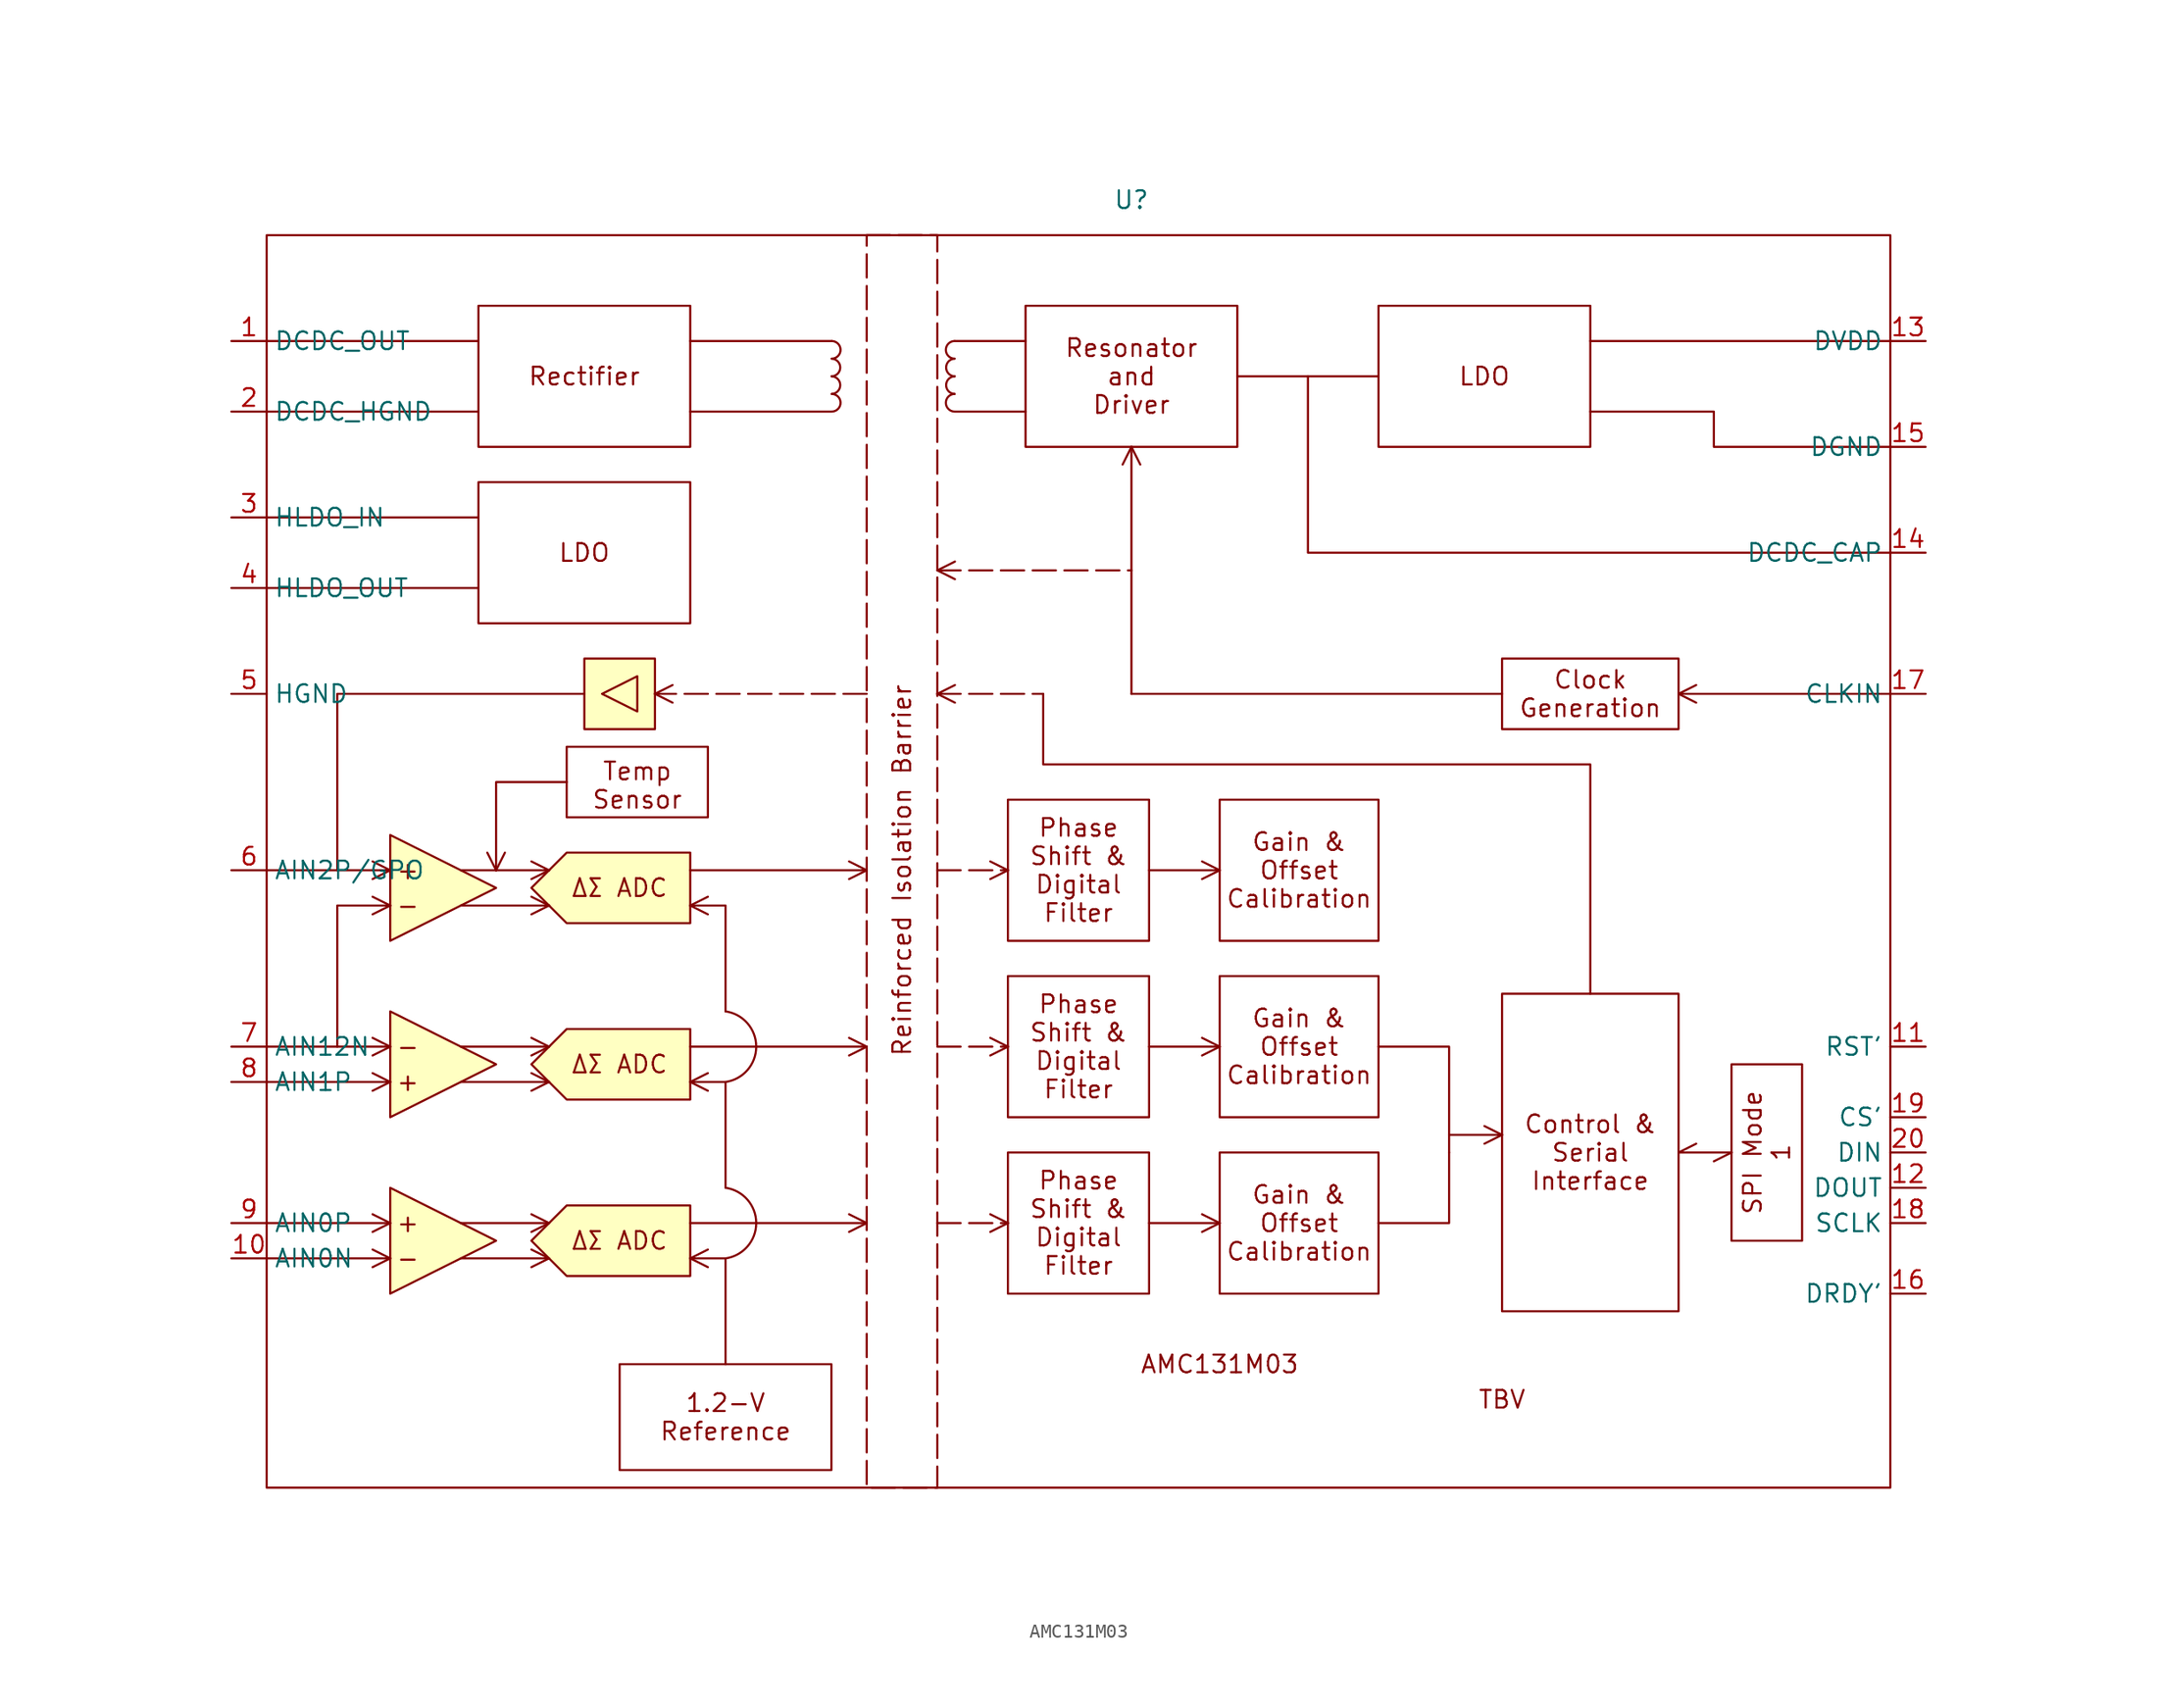
<source format=kicad_sym>
(kicad_symbol_lib
  (version 20220914)
  (generator kicad_symbol_editor)
  (symbol "AMC131M03"
    (property "Reference" "U"
      (at 34.29 63.5 0)
      (effects (font (size 1.27 1.27))))
    (property "Value" ""
      (at 86.36 -5.08 0)
      (effects (font (size 1.27 1.27))))
    (symbol "AMC131M03_1_1"
      (rectangle (start -27.94 60.96) (end 88.9 -29.21) (stroke (width 0) (type default)) (fill (type none)))
      (rectangle (start -5.08 30.48) (end 0 25.4) (stroke (width 0) (type default)) (fill (type background)))
      (polyline (pts (xy -27.94 -12.7) (xy -19.05 -12.7)) (stroke (width 0) (type default)) (fill (type none)))
      (polyline (pts (xy -27.94 -10.16) (xy -19.05 -10.16)) (stroke (width 0) (type default)) (fill (type none)))
      (polyline (pts (xy -27.94 0) (xy -19.05 0)) (stroke (width 0) (type default)) (fill (type none)))
      (polyline (pts (xy -27.94 2.54) (xy -19.05 2.54)) (stroke (width 0) (type default)) (fill (type none)))
      (polyline (pts (xy -27.94 15.24) (xy -19.05 15.24)) (stroke (width 0) (type default)) (fill (type none)))
      (polyline (pts (xy -27.94 35.56) (xy -12.7 35.56)) (stroke (width 0) (type default)) (fill (type color) (color 0 0 0 0)))
      (polyline (pts (xy -27.94 40.64) (xy -12.7 40.64)) (stroke (width 0) (type default)) (fill (type color) (color 0 0 0 0)))
      (polyline (pts (xy -27.94 48.26) (xy -12.7 48.26)) (stroke (width 0) (type default)) (fill (type color) (color 0 0 0 0)))
      (polyline (pts (xy -27.94 53.34) (xy -12.7 53.34)) (stroke (width 0) (type default)) (fill (type color) (color 0 0 0 0)))
      (polyline (pts (xy -19.05 -12.7) (xy -20.32 -13.335)) (stroke (width 0) (type default)) (fill (type color) (color 0 0 0 0)))
      (polyline (pts (xy -19.05 -12.7) (xy -20.32 -12.065)) (stroke (width 0) (type default)) (fill (type color) (color 0 0 0 0)))
      (polyline (pts (xy -19.05 -10.16) (xy -20.32 -10.795)) (stroke (width 0) (type default)) (fill (type color) (color 0 0 0 0)))
      (polyline (pts (xy -19.05 -10.16) (xy -20.32 -9.525)) (stroke (width 0) (type default)) (fill (type color) (color 0 0 0 0)))
      (polyline (pts (xy -19.05 0) (xy -20.32 -0.635)) (stroke (width 0) (type default)) (fill (type color) (color 0 0 0 0)))
      (polyline (pts (xy -19.05 0) (xy -20.32 0.635)) (stroke (width 0) (type default)) (fill (type color) (color 0 0 0 0)))
      (polyline (pts (xy -19.05 2.54) (xy -20.32 1.905)) (stroke (width 0) (type default)) (fill (type color) (color 0 0 0 0)))
      (polyline (pts (xy -19.05 2.54) (xy -20.32 3.175)) (stroke (width 0) (type default)) (fill (type color) (color 0 0 0 0)))
      (polyline (pts (xy -19.05 12.7) (xy -20.32 12.065)) (stroke (width 0) (type default)) (fill (type color) (color 0 0 0 0)))
      (polyline (pts (xy -19.05 12.7) (xy -20.32 13.335)) (stroke (width 0) (type default)) (fill (type color) (color 0 0 0 0)))
      (polyline (pts (xy -19.05 15.24) (xy -20.32 14.605)) (stroke (width 0) (type default)) (fill (type color) (color 0 0 0 0)))
      (polyline (pts (xy -19.05 15.24) (xy -20.32 15.875)) (stroke (width 0) (type default)) (fill (type color) (color 0 0 0 0)))
      (polyline (pts (xy -13.97 -12.7) (xy -7.62 -12.7)) (stroke (width 0) (type default)) (fill (type none)))
      (polyline (pts (xy -13.97 -10.16) (xy -7.62 -10.16)) (stroke (width 0) (type default)) (fill (type none)))
      (polyline (pts (xy -13.97 0) (xy -7.62 0)) (stroke (width 0) (type default)) (fill (type none)))
      (polyline (pts (xy -13.97 2.54) (xy -7.62 2.54)) (stroke (width 0) (type default)) (fill (type none)))
      (polyline (pts (xy -13.97 12.7) (xy -7.62 12.7)) (stroke (width 0) (type default)) (fill (type none)))
      (polyline (pts (xy -13.97 15.24) (xy -7.62 15.24)) (stroke (width 0) (type default)) (fill (type none)))
      (polyline (pts (xy -11.43 15.24) (xy -12.065 16.51)) (stroke (width 0) (type default)) (fill (type color) (color 0 0 0 0)))
      (polyline (pts (xy -11.43 15.24) (xy -10.795 16.51)) (stroke (width 0) (type default)) (fill (type color) (color 0 0 0 0)))
      (polyline (pts (xy -7.62 -12.7) (xy -8.89 -13.335)) (stroke (width 0) (type default)) (fill (type color) (color 0 0 0 0)))
      (polyline (pts (xy -7.62 -12.7) (xy -8.89 -12.065)) (stroke (width 0) (type default)) (fill (type color) (color 0 0 0 0)))
      (polyline (pts (xy -7.62 -10.16) (xy -8.89 -10.795)) (stroke (width 0) (type default)) (fill (type color) (color 0 0 0 0)))
      (polyline (pts (xy -7.62 -10.16) (xy -8.89 -9.525)) (stroke (width 0) (type default)) (fill (type color) (color 0 0 0 0)))
      (polyline (pts (xy -7.62 0) (xy -8.89 -0.635)) (stroke (width 0) (type default)) (fill (type color) (color 0 0 0 0)))
      (polyline (pts (xy -7.62 0) (xy -8.89 0.635)) (stroke (width 0) (type default)) (fill (type color) (color 0 0 0 0)))
      (polyline (pts (xy -7.62 2.54) (xy -8.89 1.905)) (stroke (width 0) (type default)) (fill (type color) (color 0 0 0 0)))
      (polyline (pts (xy -7.62 2.54) (xy -8.89 3.175)) (stroke (width 0) (type default)) (fill (type color) (color 0 0 0 0)))
      (polyline (pts (xy -7.62 12.7) (xy -8.89 12.065)) (stroke (width 0) (type default)) (fill (type color) (color 0 0 0 0)))
      (polyline (pts (xy -7.62 12.7) (xy -8.89 13.335)) (stroke (width 0) (type default)) (fill (type color) (color 0 0 0 0)))
      (polyline (pts (xy -7.62 15.24) (xy -8.89 14.605)) (stroke (width 0) (type default)) (fill (type color) (color 0 0 0 0)))
      (polyline (pts (xy -7.62 15.24) (xy -8.89 15.875)) (stroke (width 0) (type default)) (fill (type color) (color 0 0 0 0)))
      (polyline (pts (xy 0 27.94) (xy 1.27 27.305)) (stroke (width 0) (type default)) (fill (type color) (color 0 0 0 0)))
      (polyline (pts (xy 0 27.94) (xy 1.27 28.575)) (stroke (width 0) (type default)) (fill (type color) (color 0 0 0 0)))
      (polyline (pts (xy 2.54 -12.7) (xy 3.81 -13.335)) (stroke (width 0) (type default)) (fill (type color) (color 0 0 0 0)))
      (polyline (pts (xy 2.54 -12.7) (xy 3.81 -12.065)) (stroke (width 0) (type default)) (fill (type color) (color 0 0 0 0)))
      (polyline (pts (xy 2.54 -10.16) (xy 15.24 -10.16)) (stroke (width 0) (type default)) (fill (type color) (color 0 0 0 0)))
      (polyline (pts (xy 2.54 0) (xy 3.81 -0.635)) (stroke (width 0) (type default)) (fill (type color) (color 0 0 0 0)))
      (polyline (pts (xy 2.54 0) (xy 3.81 0.635)) (stroke (width 0) (type default)) (fill (type color) (color 0 0 0 0)))
      (polyline (pts (xy 2.54 2.54) (xy 15.24 2.54)) (stroke (width 0) (type default)) (fill (type color) (color 0 0 0 0)))
      (polyline (pts (xy 2.54 12.7) (xy 3.81 12.065)) (stroke (width 0) (type default)) (fill (type color) (color 0 0 0 0)))
      (polyline (pts (xy 2.54 12.7) (xy 3.81 13.335)) (stroke (width 0) (type default)) (fill (type color) (color 0 0 0 0)))
      (polyline (pts (xy 2.54 15.24) (xy 15.24 15.24)) (stroke (width 0) (type default)) (fill (type color) (color 0 0 0 0)))
      (polyline (pts (xy 2.54 48.26) (xy 12.7 48.26)) (stroke (width 0) (type default)) (fill (type color) (color 0 0 0 0)))
      (polyline (pts (xy 2.54 53.34) (xy 12.7 53.34)) (stroke (width 0) (type default)) (fill (type color) (color 0 0 0 0)))
      (polyline (pts (xy 15.24 -10.16) (xy 13.97 -10.795)) (stroke (width 0) (type default)) (fill (type color) (color 0 0 0 0)))
      (polyline (pts (xy 15.24 -10.16) (xy 13.97 -9.525)) (stroke (width 0) (type default)) (fill (type color) (color 0 0 0 0)))
      (polyline (pts (xy 15.24 2.54) (xy 13.97 1.905)) (stroke (width 0) (type default)) (fill (type color) (color 0 0 0 0)))
      (polyline (pts (xy 15.24 2.54) (xy 13.97 3.175)) (stroke (width 0) (type default)) (fill (type color) (color 0 0 0 0)))
      (polyline (pts (xy 15.24 15.24) (xy 13.97 14.605)) (stroke (width 0) (type default)) (fill (type color) (color 0 0 0 0)))
      (polyline (pts (xy 15.24 15.24) (xy 13.97 15.875)) (stroke (width 0) (type default)) (fill (type color) (color 0 0 0 0)))
      (polyline (pts (xy 20.32 -10.16) (xy 25.4 -10.16)) (stroke (width 0) (type default)) (fill (type color) (color 0 0 0 0)))
      (polyline (pts (xy 20.32 2.54) (xy 25.4 2.54)) (stroke (width 0) (type default)) (fill (type color) (color 0 0 0 0)))
      (polyline (pts (xy 20.32 15.24) (xy 25.4 15.24)) (stroke (width 0) (type default)) (fill (type color) (color 0 0 0 0)))
      (polyline (pts (xy 20.32 27.94) (xy 21.59 27.305)) (stroke (width 0) (type default)) (fill (type color) (color 0 0 0 0)))
      (polyline (pts (xy 20.32 27.94) (xy 21.59 28.575)) (stroke (width 0) (type default)) (fill (type color) (color 0 0 0 0)))
      (polyline (pts (xy 20.32 27.94) (xy 27.94 27.94)) (stroke (width 0) (type default)) (fill (type color) (color 0 0 0 0)))
      (polyline (pts (xy 20.32 36.83) (xy 21.59 36.195)) (stroke (width 0) (type default)) (fill (type color) (color 0 0 0 0)))
      (polyline (pts (xy 20.32 36.83) (xy 21.59 37.465)) (stroke (width 0) (type default)) (fill (type color) (color 0 0 0 0)))
      (polyline (pts (xy 20.32 36.83) (xy 34.29 36.83)) (stroke (width 0) (type default)) (fill (type color) (color 0 0 0 0)))
      (polyline (pts (xy 25.4 -10.16) (xy 24.13 -10.795)) (stroke (width 0) (type default)) (fill (type color) (color 0 0 0 0)))
      (polyline (pts (xy 25.4 -10.16) (xy 24.13 -9.525)) (stroke (width 0) (type default)) (fill (type color) (color 0 0 0 0)))
      (polyline (pts (xy 25.4 2.54) (xy 24.13 1.905)) (stroke (width 0) (type default)) (fill (type color) (color 0 0 0 0)))
      (polyline (pts (xy 25.4 2.54) (xy 24.13 3.175)) (stroke (width 0) (type default)) (fill (type color) (color 0 0 0 0)))
      (polyline (pts (xy 25.4 15.24) (xy 24.13 14.605)) (stroke (width 0) (type default)) (fill (type color) (color 0 0 0 0)))
      (polyline (pts (xy 25.4 15.24) (xy 24.13 15.875)) (stroke (width 0) (type default)) (fill (type color) (color 0 0 0 0)))
      (polyline (pts (xy 26.67 48.26) (xy 21.59 48.26)) (stroke (width 0) (type default)) (fill (type color) (color 0 0 0 0)))
      (polyline (pts (xy 26.67 53.34) (xy 21.59 53.34)) (stroke (width 0) (type default)) (fill (type color) (color 0 0 0 0)))
      (polyline (pts (xy 34.29 45.72) (xy 33.655 44.45)) (stroke (width 0) (type default)) (fill (type color) (color 0 0 0 0)))
      (polyline (pts (xy 34.29 45.72) (xy 34.29 27.94)) (stroke (width 0) (type default)) (fill (type color) (color 0 0 0 0)))
      (polyline (pts (xy 34.29 45.72) (xy 34.925 44.45)) (stroke (width 0) (type default)) (fill (type color) (color 0 0 0 0)))
      (polyline (pts (xy 35.56 -10.16) (xy 40.64 -10.16)) (stroke (width 0) (type default)) (fill (type color) (color 0 0 0 0)))
      (polyline (pts (xy 35.56 2.54) (xy 40.64 2.54)) (stroke (width 0) (type default)) (fill (type color) (color 0 0 0 0)))
      (polyline (pts (xy 35.56 15.24) (xy 40.64 15.24)) (stroke (width 0) (type default)) (fill (type color) (color 0 0 0 0)))
      (polyline (pts (xy 40.64 -10.16) (xy 39.37 -10.795)) (stroke (width 0) (type default)) (fill (type color) (color 0 0 0 0)))
      (polyline (pts (xy 40.64 -10.16) (xy 39.37 -9.525)) (stroke (width 0) (type default)) (fill (type color) (color 0 0 0 0)))
      (polyline (pts (xy 40.64 2.54) (xy 39.37 1.905)) (stroke (width 0) (type default)) (fill (type color) (color 0 0 0 0)))
      (polyline (pts (xy 40.64 2.54) (xy 39.37 3.175)) (stroke (width 0) (type default)) (fill (type color) (color 0 0 0 0)))
      (polyline (pts (xy 40.64 15.24) (xy 39.37 14.605)) (stroke (width 0) (type default)) (fill (type color) (color 0 0 0 0)))
      (polyline (pts (xy 40.64 15.24) (xy 39.37 15.875)) (stroke (width 0) (type default)) (fill (type color) (color 0 0 0 0)))
      (polyline (pts (xy 41.91 50.8) (xy 52.07 50.8)) (stroke (width 0) (type default)) (fill (type color) (color 0 0 0 0)))
      (polyline (pts (xy 57.15 -3.81) (xy 60.96 -3.81)) (stroke (width 0) (type default)) (fill (type color) (color 0 0 0 0)))
      (polyline (pts (xy 60.96 -3.81) (xy 59.69 -4.445)) (stroke (width 0) (type default)) (fill (type color) (color 0 0 0 0)))
      (polyline (pts (xy 60.96 -3.81) (xy 59.69 -3.175)) (stroke (width 0) (type default)) (fill (type color) (color 0 0 0 0)))
      (polyline (pts (xy 60.96 27.94) (xy 34.29 27.94)) (stroke (width 0) (type default)) (fill (type color) (color 0 0 0 0)))
      (polyline (pts (xy 73.66 -5.08) (xy 74.93 -4.445)) (stroke (width 0) (type default)) (fill (type color) (color 0 0 0 0)))
      (polyline (pts (xy 73.66 27.94) (xy 74.93 27.305)) (stroke (width 0) (type default)) (fill (type color) (color 0 0 0 0)))
      (polyline (pts (xy 73.66 27.94) (xy 74.93 28.575)) (stroke (width 0) (type default)) (fill (type color) (color 0 0 0 0)))
      (polyline (pts (xy 73.66 27.94) (xy 88.9 27.94)) (stroke (width 0) (type default)) (fill (type color) (color 0 0 0 0)))
      (polyline (pts (xy 77.47 -5.08) (xy 73.66 -5.08)) (stroke (width 0) (type default)) (fill (type color) (color 0 0 0 0)))
      (polyline (pts (xy 77.47 -5.08) (xy 76.2 -5.715)) (stroke (width 0) (type default)) (fill (type color) (color 0 0 0 0)))
      (polyline (pts (xy -22.86 15.24) (xy -22.86 27.94) (xy -5.08 27.94)) (stroke (width 0) (type default)) (fill (type none)))
      (polyline (pts (xy -19.05 12.7) (xy -22.86 12.7) (xy -22.86 2.54)) (stroke (width 0) (type default)) (fill (type none)))
      (polyline (pts (xy -6.35 21.59) (xy -11.43 21.59) (xy -11.43 15.24)) (stroke (width 0) (type default)) (fill (type none)))
      (polyline (pts (xy 5.08 -20.32) (xy 5.08 -12.7) (xy 2.54 -12.7)) (stroke (width 0) (type default)) (fill (type color) (color 0 0 0 0)))
      (polyline (pts (xy 5.08 -7.62) (xy 5.08 0) (xy 2.54 0)) (stroke (width 0) (type default)) (fill (type color) (color 0 0 0 0)))
      (polyline (pts (xy 5.08 5.08) (xy 5.08 12.7) (xy 2.54 12.7)) (stroke (width 0) (type default)) (fill (type color) (color 0 0 0 0)))
      (polyline (pts (xy 57.15 -5.08) (xy 57.15 -10.16) (xy 52.07 -10.16)) (stroke (width 0) (type default)) (fill (type none)))
      (polyline (pts (xy 57.15 -5.08) (xy 57.15 2.54) (xy 52.07 2.54)) (stroke (width 0) (type default)) (fill (type none)))
      (polyline (pts (xy 88.9 38.1) (xy 46.99 38.1) (xy 46.99 50.8)) (stroke (width 0) (type default)) (fill (type none)))
      (polyline (pts (xy -19.05 -15.24) (xy -11.43 -11.43) (xy -19.05 -7.62) (xy -19.05 -15.24)) (stroke (width 0) (type default)) (fill (type background)))
      (polyline (pts (xy -19.05 5.08) (xy -11.43 1.27) (xy -19.05 -2.54) (xy -19.05 5.08)) (stroke (width 0) (type default)) (fill (type background)))
      (polyline (pts (xy -19.05 10.16) (xy -11.43 13.97) (xy -19.05 17.78) (xy -19.05 10.16)) (stroke (width 0) (type default)) (fill (type background)))
      (polyline (pts (xy -1.27 29.21) (xy -1.27 26.67) (xy -3.81 27.94) (xy -1.27 29.21)) (stroke (width 0) (type default)) (fill (type none)))
      (polyline (pts (xy 15.24 27.94) (xy 7.62 27.94) (xy 7.62 27.94) (xy 0 27.94)) (stroke (width 0) (type default)) (fill (type color) (color 0 0 0 0)))
      (polyline (pts (xy 67.31 6.35) (xy 67.31 22.86) (xy 27.94 22.86) (xy 27.94 27.94)) (stroke (width 0) (type default)) (fill (type none)))
      (polyline (pts (xy 88.9 53.34) (xy 83.82 53.34) (xy 82.55 53.34) (xy 67.31 53.34)) (stroke (width 0) (type default)) (fill (type color) (color 0 0 0 0)))
      (polyline (pts (xy 88.9 45.72) (xy 76.2 45.72) (xy 76.2 48.26) (xy 76.2 48.26) (xy 67.31 48.26)) (stroke (width 0) (type default)) (fill (type color) (color 0 0 0 0)))
      (polyline (pts (xy -8.89 -11.43) (xy -6.35 -8.89) (xy 2.54 -8.89) (xy 2.54 -13.97) (xy -6.35 -13.97) (xy -8.89 -11.43)) (stroke (width 0) (type default)) (fill (type background)))
      (polyline (pts (xy -8.89 1.27) (xy -6.35 3.81) (xy 2.54 3.81) (xy 2.54 -1.27) (xy -6.35 -1.27) (xy -8.89 1.27)) (stroke (width 0) (type default)) (fill (type background)))
      (polyline (pts (xy -8.89 13.97) (xy -6.35 16.51) (xy 2.54 16.51) (xy 2.54 11.43) (xy -6.35 11.43) (xy -8.89 13.97)) (stroke (width 0) (type default)) (fill (type background)))
      (arc (start 5.08 -12.7) (mid 7.2871 -10.16) (end 5.08 -7.62) (stroke (width 0) (type default)) (fill (type none)))
      (arc (start 5.08 0) (mid 7.2871 2.54) (end 5.08 5.08) (stroke (width 0) (type default)) (fill (type none)))
      (arc (start 12.7195 49.53) (mid 13.3358 50.165) (end 12.7195 50.8) (stroke (width 0) (type default)) (fill (type color) (color 0 0 0 0)))
      (arc (start 12.7195 50.8) (mid 13.3353 51.435) (end 12.7195 52.07) (stroke (width 0) (type default)) (fill (type color) (color 0 0 0 0)))
      (arc (start 12.7385 48.26) (mid 13.3548 48.895) (end 12.7385 49.53) (stroke (width 0) (type default)) (fill (type color) (color 0 0 0 0)))
      (arc (start 12.7385 52.07) (mid 13.3548 52.705) (end 12.7385 53.34) (stroke (width 0) (type default)) (fill (type color) (color 0 0 0 0)))
      (rectangle (start 15.24 60.96) (end 20.32 -29.21) (stroke (width 0) (type dash)) (fill (type none)))
      (arc (start 21.5515 49.53) (mid 20.9347 48.895) (end 21.5515 48.26) (stroke (width 0) (type default)) (fill (type color) (color 0 0 0 0)))
      (arc (start 21.5515 53.34) (mid 20.9347 52.705) (end 21.5515 52.07) (stroke (width 0) (type default)) (fill (type color) (color 0 0 0 0)))
      (arc (start 21.5705 50.8) (mid 20.9537 50.165) (end 21.5705 49.53) (stroke (width 0) (type default)) (fill (type color) (color 0 0 0 0)))
      (arc (start 21.5705 52.07) (mid 20.9547 51.435) (end 21.5705 50.8) (stroke (width 0) (type default)) (fill (type color) (color 0 0 0 0)))
      (text "+" (at -17.78 -10.16 0) (effects (font (size 1.27 1.27))))
      (text "+" (at -17.78 0 0) (effects (font (size 1.27 1.27))))
      (text "+" (at -17.78 15.24 0) (effects (font (size 1.27 1.27))))
      (text "-" (at -17.78 -12.7 0) (effects (font (size 1.27 1.27))))
      (text "-" (at -17.78 2.54 0) (effects (font (size 1.27 1.27))))
      (text "-" (at -17.78 12.7 0) (effects (font (size 1.27 1.27))))
      (text "AMC131M03" (at 40.64 -20.32 0) (effects (font (size 1.27 1.27))))
      (text "Reinforced Isolation Barrier" (at 17.78 15.24 900) (effects (font (size 1.27 1.27))))
      (text "TBV" (at 60.96 -22.86 0) (effects (font (size 1.27 1.27))))
      (text "ΔΣ ADC" (at -2.54 -11.43 0) (effects (font (size 1.27 1.27))))
      (text "ΔΣ ADC" (at -2.54 1.27 0) (effects (font (size 1.27 1.27))))
      (text "ΔΣ ADC" (at -2.54 13.97 0) (effects (font (size 1.27 1.27))))
      (text_box "1.2-V\nReference" (at -2.54 -20.32 0) (size 15.24 -7.62) (stroke (width 0) (type default)) (fill (type color) (color 0 0 0 0)) (effects (font (size 1.27 1.27))))
      (text_box "Clock\nGeneration" (at 60.96 30.48 0) (size 12.7 -5.08) (stroke (width 0) (type default)) (fill (type color) (color 0 0 0 0)) (effects (font (size 1.27 1.27))))
      (text_box "Control &\nSerial\nInterface" (at 60.96 6.35 0) (size 12.7 -22.86) (stroke (width 0) (type default)) (fill (type color) (color 0 0 0 0)) (effects (font (size 1.27 1.27))))
      (text_box "Gain & Offset Calibration" (at 40.64 -5.08 0) (size 11.43 -10.16) (stroke (width 0) (type default)) (fill (type color) (color 0 0 0 0)) (effects (font (size 1.27 1.27))))
      (text_box "Gain & Offset Calibration" (at 40.64 7.62 0) (size 11.43 -10.16) (stroke (width 0) (type default)) (fill (type color) (color 0 0 0 0)) (effects (font (size 1.27 1.27))))
      (text_box "Gain & Offset Calibration" (at 40.64 20.32 0) (size 11.43 -10.16) (stroke (width 0) (type default)) (fill (type color) (color 0 0 0 0)) (effects (font (size 1.27 1.27))))
      (text_box "LDO" (at -12.7 43.18 0) (size 15.24 -10.16) (stroke (width 0) (type default)) (fill (type color) (color 0 0 0 0)) (effects (font (size 1.27 1.27))))
      (text_box "LDO" (at 52.07 55.88 0) (size 15.24 -10.16) (stroke (width 0) (type default)) (fill (type color) (color 0 0 0 0)) (effects (font (size 1.27 1.27))))
      (text_box "Phase Shift &\nDigital Filter" (at 25.4 -5.08 0) (size 10.16 -10.16) (stroke (width 0) (type default)) (fill (type color) (color 0 0 0 0)) (effects (font (size 1.27 1.27))))
      (text_box "Phase Shift &\nDigital Filter" (at 25.4 7.62 0) (size 10.16 -10.16) (stroke (width 0) (type default)) (fill (type color) (color 0 0 0 0)) (effects (font (size 1.27 1.27))))
      (text_box "Phase Shift &\nDigital Filter" (at 25.4 20.32 0) (size 10.16 -10.16) (stroke (width 0) (type default)) (fill (type color) (color 0 0 0 0)) (effects (font (size 1.27 1.27))))
      (text_box "Rectifier" (at -12.7 55.88 0) (size 15.24 -10.16) (stroke (width 0) (type default)) (fill (type color) (color 0 0 0 0)) (effects (font (size 1.27 1.27))))
      (text_box "Resonator and\nDriver" (at 26.67 55.88 0) (size 15.24 -10.16) (stroke (width 0) (type default)) (fill (type color) (color 0 0 0 0)) (effects (font (size 1.27 1.27))))
      (text_box "SPI Mode 1" (at 77.47 1.27 90) (size 5.08 -12.7) (stroke (width 0) (type default)) (fill (type color) (color 0 0 0 0)) (effects (font (size 1.27 1.27))))
      (text_box "Temp\nSensor" (at -6.35 24.13 0) (size 10.16 -5.08) (stroke (width 0) (type default)) (fill (type color) (color 0 0 0 0)) (effects (font (size 1.27 1.27)) (justify top)))
      (pin input line (at -30.48 53.34 0) (length 2.54) (name "DCDC_OUT" (effects (font (size 1.27 1.27)))) (number "1" (effects (font (size 1.27 1.27)))))
      (pin input line (at -30.48 -12.7 0) (length 2.54) (name "AIN0N" (effects (font (size 1.27 1.27)))) (number "10" (effects (font (size 1.27 1.27)))))
      (pin input line (at 91.44 2.54 180) (length 2.54) (name "RST'" (effects (font (size 1.27 1.27)))) (number "11" (effects (font (size 1.27 1.27)))))
      (pin input line (at 91.44 -7.62 180) (length 2.54) (name "DOUT" (effects (font (size 1.27 1.27)))) (number "12" (effects (font (size 1.27 1.27)))))
      (pin input line (at 91.44 53.34 180) (length 2.54) (name "DVDD" (effects (font (size 1.27 1.27)))) (number "13" (effects (font (size 1.27 1.27)))))
      (pin input line (at 91.44 38.1 180) (length 2.54) (name "DCDC_CAP" (effects (font (size 1.27 1.27)))) (number "14" (effects (font (size 1.27 1.27)))))
      (pin input line (at 91.44 45.72 180) (length 2.54) (name "DGND" (effects (font (size 1.27 1.27)))) (number "15" (effects (font (size 1.27 1.27)))))
      (pin input line (at 91.44 -15.24 180) (length 2.54) (name "DRDY'" (effects (font (size 1.27 1.27)))) (number "16" (effects (font (size 1.27 1.27)))))
      (pin input line (at 91.44 27.94 180) (length 2.54) (name "CLKIN" (effects (font (size 1.27 1.27)))) (number "17" (effects (font (size 1.27 1.27)))))
      (pin input line (at 91.44 -10.16 180) (length 2.54) (name "SCLK" (effects (font (size 1.27 1.27)))) (number "18" (effects (font (size 1.27 1.27)))))
      (pin input line (at 91.44 -2.54 180) (length 2.54) (name "CS'" (effects (font (size 1.27 1.27)))) (number "19" (effects (font (size 1.27 1.27)))))
      (pin input line (at -30.48 48.26 0) (length 2.54) (name "DCDC_HGND" (effects (font (size 1.27 1.27)))) (number "2" (effects (font (size 1.27 1.27)))))
      (pin input line (at 91.44 -5.08 180) (length 2.54) (name "DIN" (effects (font (size 1.27 1.27)))) (number "20" (effects (font (size 1.27 1.27)))))
      (pin input line (at -30.48 40.64 0) (length 2.54) (name "HLDO_IN" (effects (font (size 1.27 1.27)))) (number "3" (effects (font (size 1.27 1.27)))))
      (pin input line (at -30.48 35.56 0) (length 2.54) (name "HLDO_OUT" (effects (font (size 1.27 1.27)))) (number "4" (effects (font (size 1.27 1.27)))))
      (pin input line (at -30.48 27.94 0) (length 2.54) (name "HGND" (effects (font (size 1.27 1.27)))) (number "5" (effects (font (size 1.27 1.27)))))
      (pin input line (at -30.48 15.24 0) (length 2.54) (name "AIN2P/GPO" (effects (font (size 1.27 1.27)))) (number "6" (effects (font (size 1.27 1.27)))))
      (pin input line (at -30.48 2.54 0) (length 2.54) (name "AIN12N" (effects (font (size 1.27 1.27)))) (number "7" (effects (font (size 1.27 1.27)))))
      (pin input line (at -30.48 0 0) (length 2.54) (name "AIN1P" (effects (font (size 1.27 1.27)))) (number "8" (effects (font (size 1.27 1.27)))))
      (pin input line (at -30.48 -10.16 0) (length 2.54) (name "AIN0P" (effects (font (size 1.27 1.27)))) (number "9" (effects (font (size 1.27 1.27))))))))
</source>
